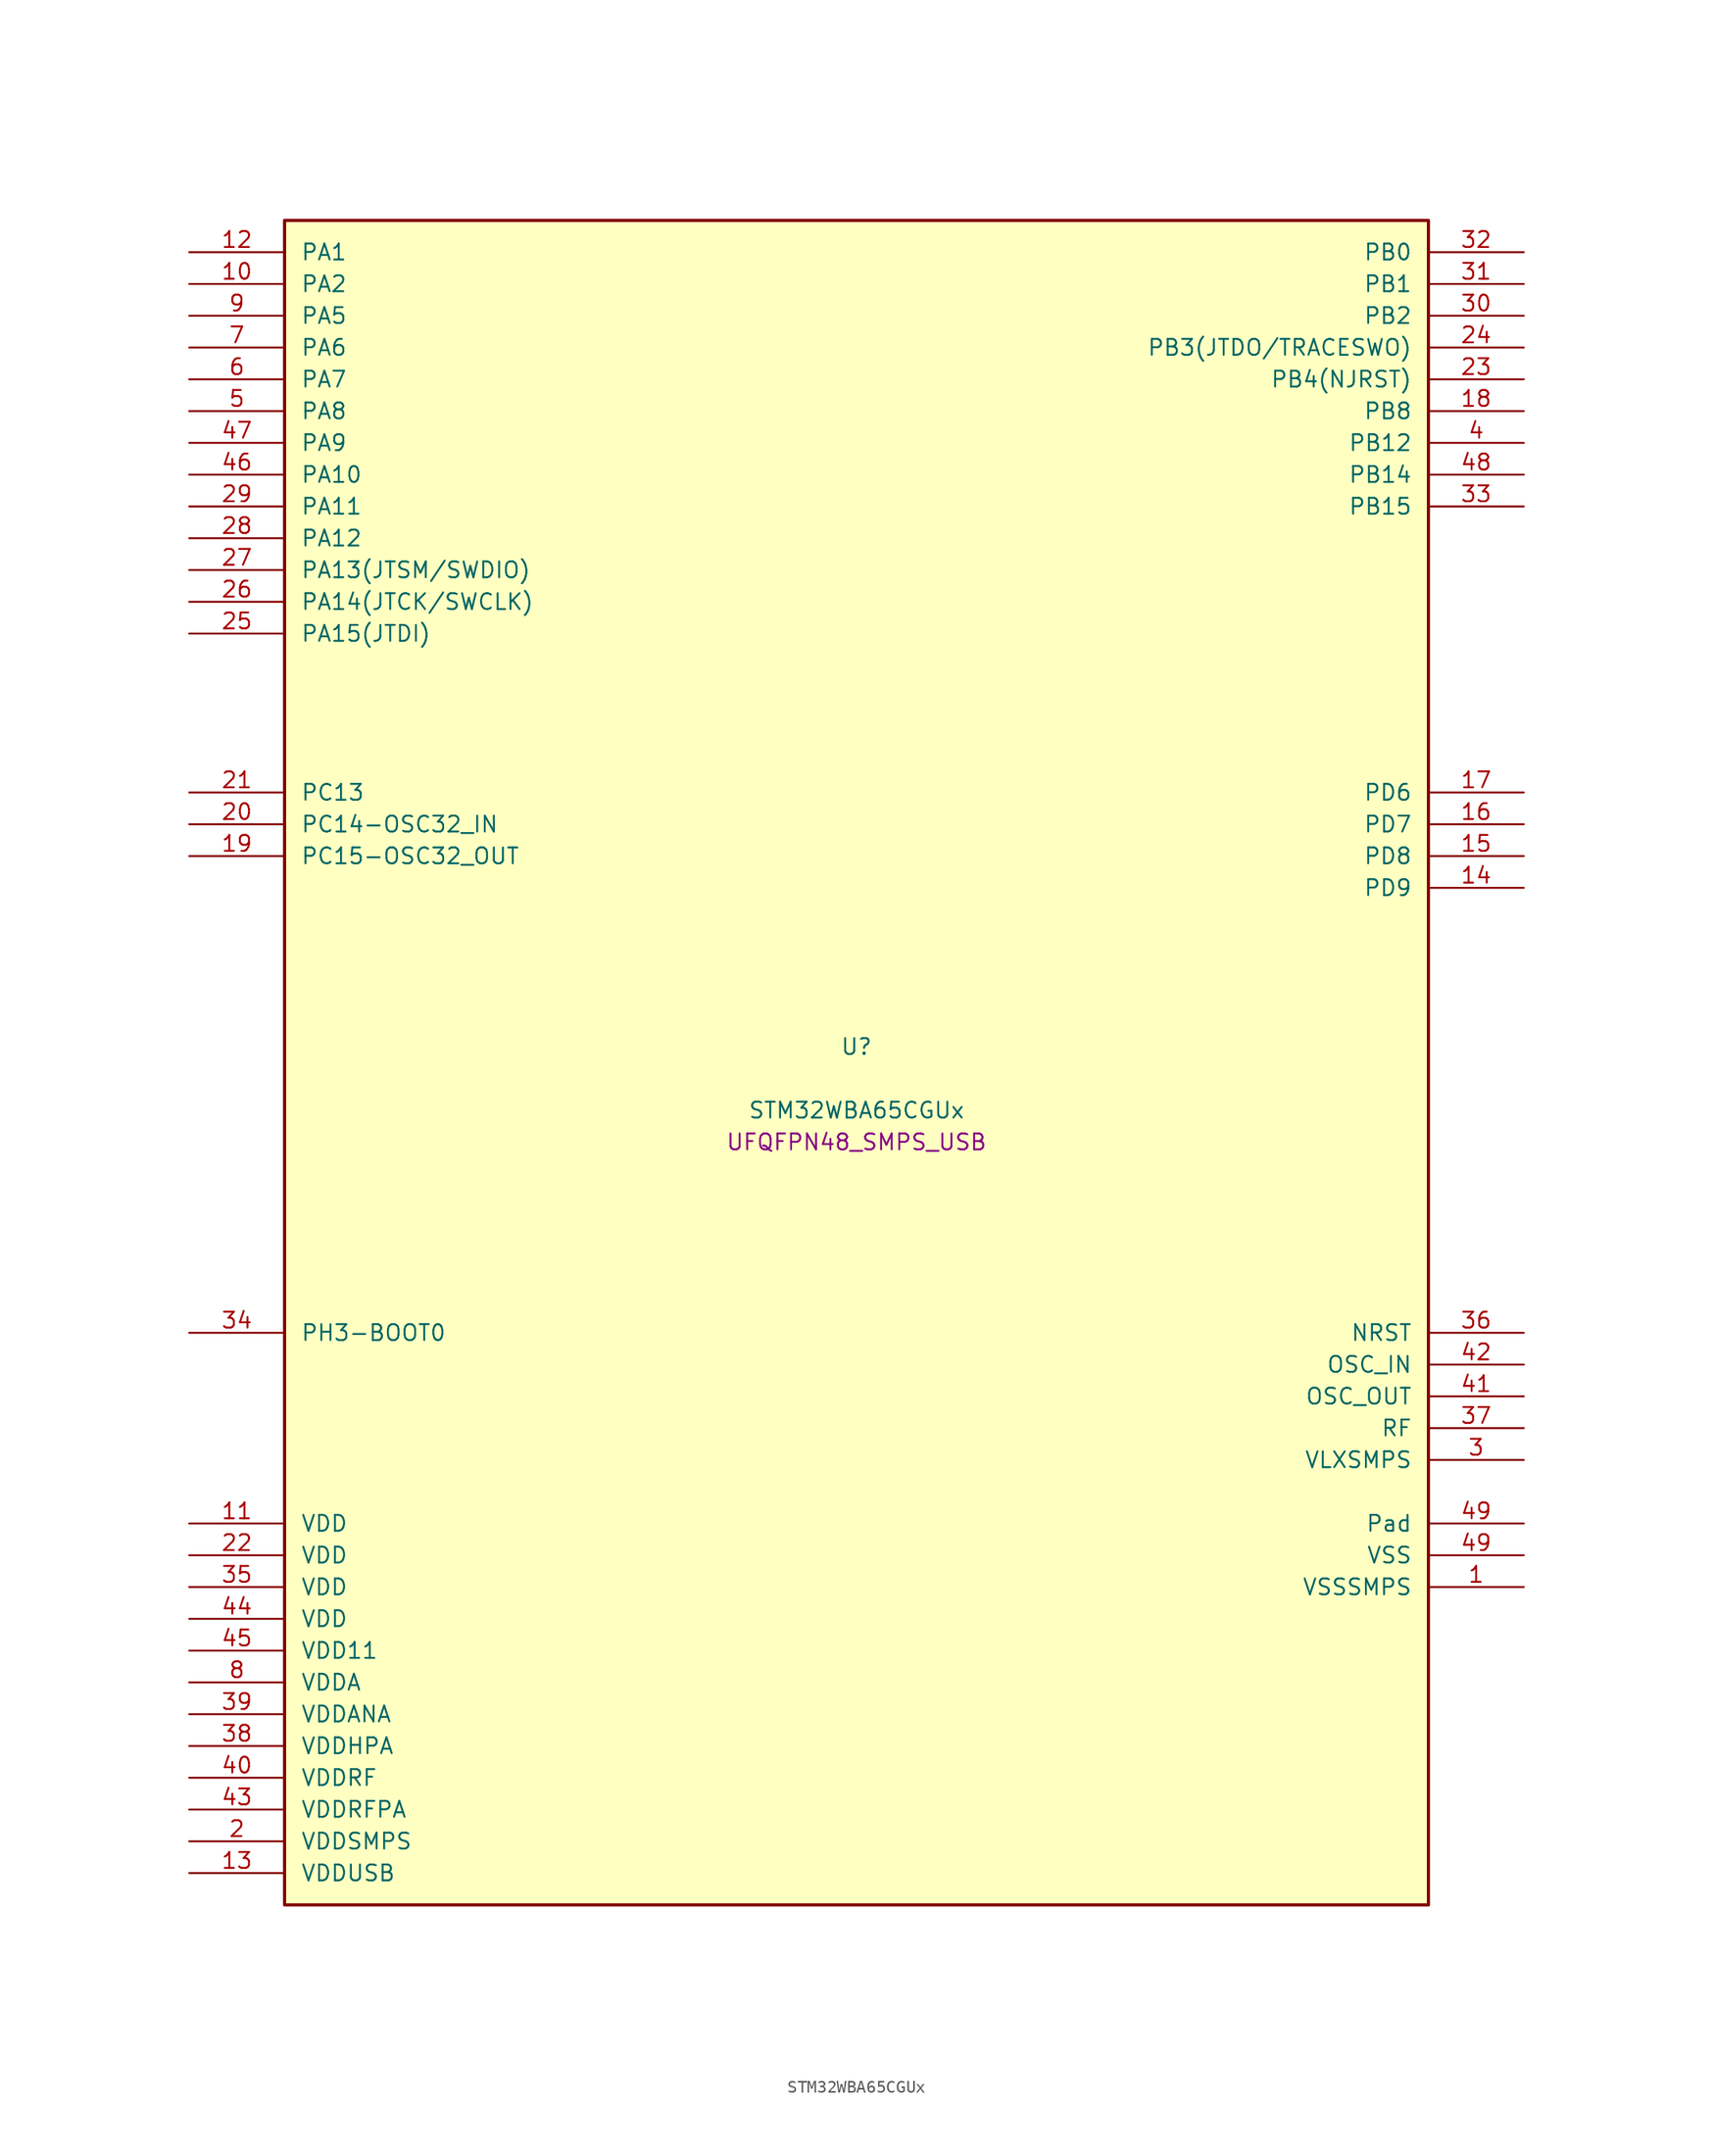
<source format=kicad_sym>
(kicad_symbol_lib
  (version 20241209)
  (generator "stm32_pkl_generator")
  (generator_version "1.0")
  (symbol "STM32WBA65CGUx"
    (pin_names
      (offset 1.27))
    (property "Reference" "U"
      (at 0 2.54 0))
    (property "Value" "STM32WBA65CGUx"
      (at 0 -2.54 0))
    (property "Footprint" "UFQFPN48_SMPS_USB"
      (at 0 -5.08 0))
    (symbol "STM32WBA65CGUx_1_1"
      (rectangle (start -45.72 68.58) (end 45.72 -66.04) (stroke (width 0.254) (type solid)) (fill (type background)))
      (pin bidirectional line (at -53.34 66.04 0) (length 7.62) (name "PA1") (number "12") (alternate "PA1/ADC4_IN8" bidirectional line) (alternate "PA1/COMP1_INM" bidirectional line) (alternate "PA1/LPTIM2_CH2" bidirectional line) (alternate "PA1/LPUART1_RX" bidirectional line) (alternate "PA1/PWR_WKUP3" bidirectional line) (alternate "PA1/SAI1_CK1" bidirectional line) (alternate "PA1/SPI1_RDY" bidirectional line) (alternate "PA1/SPI3_MISO" bidirectional line) (alternate "PA1/TIM17_CH1" bidirectional line) (alternate "PA1/TIM1_CH1N" bidirectional line) (alternate "PA1/TIM3_CH2" bidirectional line) (alternate "PA1/TSC_G2_IO1" bidirectional line) (alternate "PA1/USART1_CK" bidirectional line))
      (pin bidirectional line (at -53.34 63.5 0) (length 7.62) (name "PA2") (number "10") (alternate "PA2/ADC4_IN7" bidirectional line) (alternate "PA2/COMP1_INP" bidirectional line) (alternate "PA2/LPUART1_TX" bidirectional line) (alternate "PA2/PWR_WKUP4" bidirectional line) (alternate "PA2/RCC_LSCO" bidirectional line) (alternate "PA2/SAI1_D1" bidirectional line) (alternate "PA2/TIM16_CH1" bidirectional line) (alternate "PA2/TIM1_BKIN" bidirectional line) (alternate "PA2/TIM3_CH1" bidirectional line) (alternate "PA2/TSC_G4_IO4" bidirectional line) (alternate "PA2/USART1_DE" bidirectional line) (alternate "PA2/USART1_RTS" bidirectional line))
      (pin bidirectional line (at -53.34 60.96 0) (length 7.62) (name "PA5") (number "9") (alternate "PA5/ADC4_IN4" bidirectional line) (alternate "PA5/AUDIOCLK" bidirectional line) (alternate "PA5/LPTIM2_ETR" bidirectional line) (alternate "PA5/PWR_CSLEEP" bidirectional line) (alternate "PA5/PWR_WKUP6" bidirectional line) (alternate "PA5/SAI1_D2" bidirectional line) (alternate "PA5/SPI3_NSS" bidirectional line) (alternate "PA5/TIM2_CH1" bidirectional line) (alternate "PA5/TIM2_ETR" bidirectional line) (alternate "PA5/TSC_G1_IO4" bidirectional line) (alternate "PA5/USART1_CK" bidirectional line) (alternate "PA5/USART3_RX" bidirectional line))
      (pin bidirectional line (at -53.34 58.42 0) (length 7.62) (name "PA6") (number "7") (alternate "PA6/ADC4_IN3" bidirectional line) (alternate "PA6/I2C3_SCL" bidirectional line) (alternate "PA6/PWR_CSTOP" bidirectional line) (alternate "PA6/PWR_WKUP7" bidirectional line) (alternate "PA6/SAI1_CK2" bidirectional line) (alternate "PA6/SAI1_MCLK_A" bidirectional line) (alternate "PA6/SPI3_RDY" bidirectional line) (alternate "PA6/TIM2_CH4" bidirectional line) (alternate "PA6/TSC_G1_IO3" bidirectional line) (alternate "PA6/USART1_DE" bidirectional line) (alternate "PA6/USART1_RTS" bidirectional line) (alternate "PA6/USART3_CTS" bidirectional line))
      (pin bidirectional line (at -53.34 55.88 0) (length 7.62) (name "PA7") (number "6") (alternate "PA7/ADC4_IN2" bidirectional line) (alternate "PA7/COMP1_OUT" bidirectional line) (alternate "PA7/I2C3_SDA" bidirectional line) (alternate "PA7/PWR_WKUP8" bidirectional line) (alternate "PA7/SAI1_SCK_A" bidirectional line) (alternate "PA7/SPI3_SCK" bidirectional line) (alternate "PA7/TAMP_IN1" bidirectional line) (alternate "PA7/TAMP_OUT2" bidirectional line) (alternate "PA7/TIM2_CH3" bidirectional line) (alternate "PA7/TSC_G1_IO2" bidirectional line) (alternate "PA7/USART1_CTS" bidirectional line) (alternate "PA7/USART3_TX" bidirectional line))
      (pin bidirectional line (at -53.34 53.34 0) (length 7.62) (name "PA8") (number "5") (alternate "PA8/ADC4_IN1" bidirectional line) (alternate "PA8/LPTIM1_CH2" bidirectional line) (alternate "PA8/RCC_MCO" bidirectional line) (alternate "PA8/SAI1_FS_A" bidirectional line) (alternate "PA8/SPI3_RDY" bidirectional line) (alternate "PA8/TIM2_CH2" bidirectional line) (alternate "PA8/TSC_G1_IO1" bidirectional line) (alternate "PA8/USART1_RX" bidirectional line) (alternate "PA8/USB_OTG_HS_SOF" bidirectional line))
      (pin bidirectional line (at -53.34 50.8 0) (length 7.62) (name "PA9") (number "47") (alternate "PA9/LPUART1_DE" bidirectional line) (alternate "PA9/LPUART1_RTS" bidirectional line) (alternate "PA9/SAI1_CK1" bidirectional line) (alternate "PA9/TIM3_CH2" bidirectional line))
      (pin bidirectional line (at -53.34 48.26 0) (length 7.62) (name "PA10") (number "46") (alternate "PA10/LPUART1_RX" bidirectional line) (alternate "PA10/SAI1_D1" bidirectional line) (alternate "PA10/TIM3_CH1" bidirectional line))
      (pin bidirectional line (at -53.34 45.72 0) (length 7.62) (name "PA11") (number "29") (alternate "PA11/LPTIM2_CH1" bidirectional line) (alternate "PA11/RF_ANTSW1" bidirectional line) (alternate "PA11/TIM1_CH1" bidirectional line) (alternate "PA11/USART2_RX" bidirectional line))
      (pin bidirectional line (at -53.34 43.18 0) (length 7.62) (name "PA12") (number "28") (alternate "PA12/PTA_STATUS" bidirectional line) (alternate "PA12/PWR_WKUP6" bidirectional line) (alternate "PA12/RF_ANTSW0" bidirectional line) (alternate "PA12/SPI1_NSS" bidirectional line) (alternate "PA12/TIM1_CH2" bidirectional line) (alternate "PA12/TSC_G3_IO4" bidirectional line) (alternate "PA12/USART2_TX" bidirectional line))
      (pin bidirectional line (at -53.34 40.64 0) (length 7.62) (name "PA13(JTSM/SWDIO)") (number "27") (alternate "PA13(JTSM/SWDIO)/DEBUG_JTMS-SWDIO" bidirectional line) (alternate "PA13(JTSM/SWDIO)/PTA_PRIORITY" bidirectional line))
      (pin bidirectional line (at -53.34 38.1 0) (length 7.62) (name "PA14(JTCK/SWCLK)") (number "26") (alternate "PA14(JTCK/SWCLK)/DEBUG_JTCK-SWCLK" bidirectional line) (alternate "PA14(JTCK/SWCLK)/PTA_STATUS" bidirectional line) (alternate "PA14(JTCK/SWCLK)/TAMP_IN3" bidirectional line) (alternate "PA14(JTCK/SWCLK)/TAMP_OUT6" bidirectional line) (alternate "PA14(JTCK/SWCLK)/USART2_TX" bidirectional line) (alternate "PA14(JTCK/SWCLK)/USB_OTG_HS_SOF" bidirectional line))
      (pin bidirectional line (at -53.34 35.56 0) (length 7.62) (name "PA15(JTDI)") (number "25") (alternate "PA15(JTDI)/ADC4_EXTI15" bidirectional line) (alternate "PA15(JTDI)/DEBUG_JTDI" bidirectional line) (alternate "PA15(JTDI)/I2C1_SCL" bidirectional line) (alternate "PA15(JTDI)/LPTIM1_CH2" bidirectional line) (alternate "PA15(JTDI)/PTA_STATUS" bidirectional line) (alternate "PA15(JTDI)/SPI1_MOSI" bidirectional line) (alternate "PA15(JTDI)/TIM17_BKIN" bidirectional line) (alternate "PA15(JTDI)/TIM1_ETR" bidirectional line) (alternate "PA15(JTDI)/TSC_G3_IO3" bidirectional line) (alternate "PA15(JTDI)/USART2_DE" bidirectional line) (alternate "PA15(JTDI)/USART2_RTS" bidirectional line) (alternate "PA15(JTDI)/USART3_DE" bidirectional line) (alternate "PA15(JTDI)/USART3_RTS" bidirectional line))
      (pin bidirectional line (at 53.34 66.04 180) (length 7.62) (name "PB0") (number "32") (alternate "PB0/LPTIM2_IN2" bidirectional line) (alternate "PB0/TIM1_CH3N" bidirectional line) (alternate "PB0/USART2_TX" bidirectional line) (alternate "PB0/USART3_CK" bidirectional line))
      (pin bidirectional line (at 53.34 63.5 180) (length 7.62) (name "PB1") (number "31") (alternate "PB1/I2C1_SDA" bidirectional line) (alternate "PB1/I2C3_SDA" bidirectional line) (alternate "PB1/PWR_WKUP4" bidirectional line) (alternate "PB1/TIM1_CH2N" bidirectional line) (alternate "PB1/USART2_DE" bidirectional line) (alternate "PB1/USART2_RTS" bidirectional line) (alternate "PB1/USART3_DE" bidirectional line) (alternate "PB1/USART3_RTS" bidirectional line))
      (pin bidirectional line (at 53.34 60.96 180) (length 7.62) (name "PB2") (number "30") (alternate "PB2/I2C1_SCL" bidirectional line) (alternate "PB2/I2C3_SCL" bidirectional line) (alternate "PB2/PWR_WKUP1" bidirectional line) (alternate "PB2/RF_ANTSW2" bidirectional line) (alternate "PB2/RTC_OUT2" bidirectional line) (alternate "PB2/TIM1_CH1N" bidirectional line) (alternate "PB2/USART2_CTS" bidirectional line))
      (pin bidirectional line (at 53.34 58.42 180) (length 7.62) (name "PB3(JTDO/TRACESWO)") (number "24") (alternate "PB3(JTDO/TRACESWO)/DEBUG_JTDO-SWO" bidirectional line) (alternate "PB3(JTDO/TRACESWO)/I2C1_SDA" bidirectional line) (alternate "PB3(JTDO/TRACESWO)/LPTIM1_IN2" bidirectional line) (alternate "PB3(JTDO/TRACESWO)/PTA_ACTIVE" bidirectional line) (alternate "PB3(JTDO/TRACESWO)/SPI1_MISO" bidirectional line) (alternate "PB3(JTDO/TRACESWO)/TIM17_CH1N" bidirectional line) (alternate "PB3(JTDO/TRACESWO)/TIM1_CH4" bidirectional line) (alternate "PB3(JTDO/TRACESWO)/TSC_G3_IO2" bidirectional line) (alternate "PB3(JTDO/TRACESWO)/USART2_CK" bidirectional line))
      (pin bidirectional line (at 53.34 55.88 180) (length 7.62) (name "PB4(NJRST)") (number "23") (alternate "PB4(NJRST)/DEBUG_NJTRST" bidirectional line) (alternate "PB4(NJRST)/LPTIM2_IN2" bidirectional line) (alternate "PB4(NJRST)/PTA_ACTIVE" bidirectional line) (alternate "PB4(NJRST)/PTA_PRIORITY" bidirectional line) (alternate "PB4(NJRST)/SAI1_MCLK_B" bidirectional line) (alternate "PB4(NJRST)/SPI1_SCK" bidirectional line) (alternate "PB4(NJRST)/TIM17_CH1" bidirectional line) (alternate "PB4(NJRST)/TIM1_CH3" bidirectional line) (alternate "PB4(NJRST)/TSC_G3_IO1" bidirectional line) (alternate "PB4(NJRST)/USART2_RX" bidirectional line))
      (pin bidirectional line (at 53.34 53.34 180) (length 7.62) (name "PB8") (number "18") (alternate "PB8/COMP1_OUT" bidirectional line) (alternate "PB8/LPTIM1_ETR" bidirectional line) (alternate "PB8/PWR_PVD_IN" bidirectional line) (alternate "PB8/SPI3_MOSI" bidirectional line) (alternate "PB8/TIM16_CH1N" bidirectional line) (alternate "PB8/TIM1_CH1" bidirectional line) (alternate "PB8/TIM3_ETR" bidirectional line) (alternate "PB8/TIM4_CH3" bidirectional line) (alternate "PB8/TSC_G2_IO4" bidirectional line) (alternate "PB8/USART2_RX" bidirectional line))
      (pin bidirectional line (at 53.34 50.8 180) (length 7.62) (name "PB12") (number "4") (alternate "PB12/SAI1_SD_A" bidirectional line) (alternate "PB12/SPI1_RDY" bidirectional line) (alternate "PB12/TIM2_CH1" bidirectional line) (alternate "PB12/TIM2_ETR" bidirectional line) (alternate "PB12/TIM3_ETR" bidirectional line) (alternate "PB12/TSC_SYNC" bidirectional line) (alternate "PB12/USART1_TX" bidirectional line) (alternate "PB12/USART3_CK" bidirectional line))
      (pin bidirectional line (at 53.34 48.26 180) (length 7.62) (name "PB14") (number "48") (alternate "PB14/PWR_WKUP7" bidirectional line) (alternate "PB14/RTC_REFIN" bidirectional line) (alternate "PB14/SAI1_SD_A" bidirectional line) (alternate "PB14/TIM3_CH3" bidirectional line) (alternate "PB14/TSC_G6_IO1" bidirectional line) (alternate "PB14/USART1_TX" bidirectional line) (alternate "PB14/USART3_DE" bidirectional line) (alternate "PB14/USART3_RTS" bidirectional line))
      (pin bidirectional line (at 53.34 45.72 180) (length 7.62) (name "PB15") (number "33") (alternate "PB15/ADC4_EXTI15" bidirectional line) (alternate "PB15/I2C1_SMBA" bidirectional line) (alternate "PB15/I2C3_SMBA" bidirectional line) (alternate "PB15/LPUART1_CTS" bidirectional line) (alternate "PB15/PTA_GRANT" bidirectional line) (alternate "PB15/RF_EXTPABYP" bidirectional line) (alternate "PB15/TIM16_BKIN" bidirectional line) (alternate "PB15/TIM1_BKIN2" bidirectional line) (alternate "PB15/USART2_CTS" bidirectional line))
      (pin bidirectional line (at -53.34 22.86 0) (length 7.62) (name "PC13") (number "21") (alternate "PC13/PWR_WKUP2" bidirectional line) (alternate "PC13/RTC_OUT1" bidirectional line) (alternate "PC13/RTC_TS" bidirectional line) (alternate "PC13/TAMP_IN4" bidirectional line) (alternate "PC13/TAMP_OUT5" bidirectional line) (alternate "PC13/TIM1_BKIN2" bidirectional line) (alternate "PC13/TSC_G5_IO1" bidirectional line))
      (pin bidirectional line (at -53.34 20.32 0) (length 7.62) (name "PC14-OSC32_IN") (number "20") (alternate "PC14-OSC32_IN/RCC_OSC32_IN" bidirectional line))
      (pin bidirectional line (at -53.34 17.78 0) (length 7.62) (name "PC15-OSC32_OUT") (number "19") (alternate "PC15-OSC32_OUT/ADC4_EXTI15" bidirectional line) (alternate "PC15-OSC32_OUT/RCC_OSC32_OUT" bidirectional line))
      (pin bidirectional line (at 53.34 22.86 180) (length 7.62) (name "PD6") (number "17") (alternate "PD6/USB_OTG_HS_DP" bidirectional line))
      (pin bidirectional line (at 53.34 20.32 180) (length 7.62) (name "PD7") (number "16") (alternate "PD7/USB_OTG_HS_DM" bidirectional line))
      (pin bidirectional line (at 53.34 17.78 180) (length 7.62) (name "PD8") (number "15") (alternate "PD8/USART2_CK" bidirectional line) (alternate "PD8/USB_OTG_HS_ID" bidirectional line))
      (pin bidirectional line (at 53.34 15.24 180) (length 7.62) (name "PD9") (number "14") (alternate "PD9/USART2_TX" bidirectional line) (alternate "PD9/USART3_TX" bidirectional line) (alternate "PD9/USB_OTG_HS_VBUS" bidirectional line))
      (pin bidirectional line (at -53.34 -20.32 0) (length 7.62) (name "PH3-BOOT0") (number "34") (alternate "PH3-BOOT0/PTA_GRANT" bidirectional line) (alternate "PH3-BOOT0/RF_EXTPABYP" bidirectional line) (alternate "PH3-BOOT0/TAMP_IN2" bidirectional line) (alternate "PH3-BOOT0/TAMP_OUT1" bidirectional line))
      (pin input line (at 53.34 -20.32 180) (length 7.62) (name "NRST") (number "36"))
      (pin bidirectional line (at 53.34 -22.86 180) (length 7.62) (name "OSC_IN") (number "42") (alternate "OSC_IN/RCC_OSC_IN" bidirectional line))
      (pin bidirectional line (at 53.34 -25.4 180) (length 7.62) (name "OSC_OUT") (number "41") (alternate "OSC_OUT/RCC_OSC_OUT" bidirectional line))
      (pin bidirectional line (at 53.34 -27.94 180) (length 7.62) (name "RF") (number "37"))
      (pin power_in line (at 53.34 -30.48 180) (length 7.62) (name "VLXSMPS") (number "3"))
      (pin power_in line (at -53.34 -35.56 0) (length 7.62) (name "VDD") (number "11"))
      (pin power_in line (at -53.34 -38.1 0) (length 7.62) (name "VDD") (number "22"))
      (pin power_in line (at -53.34 -40.64 0) (length 7.62) (name "VDD") (number "35"))
      (pin power_in line (at -53.34 -43.18 0) (length 7.62) (name "VDD") (number "44"))
      (pin power_in line (at -53.34 -45.72 0) (length 7.62) (name "VDD11") (number "45"))
      (pin power_in line (at -53.34 -48.26 0) (length 7.62) (name "VDDA") (number "8"))
      (pin power_in line (at -53.34 -50.8 0) (length 7.62) (name "VDDANA") (number "39"))
      (pin power_in line (at -53.34 -53.34 0) (length 7.62) (name "VDDHPA") (number "38"))
      (pin power_in line (at -53.34 -55.88 0) (length 7.62) (name "VDDRF") (number "40"))
      (pin power_in line (at -53.34 -58.42 0) (length 7.62) (name "VDDRFPA") (number "43"))
      (pin power_in line (at -53.34 -60.96 0) (length 7.62) (name "VDDSMPS") (number "2"))
      (pin power_in line (at -53.34 -63.5 0) (length 7.62) (name "VDDUSB") (number "13"))
      (pin passive line (at 53.34 -35.56 180) (length 7.62) (name "Pad") (number "49"))
      (pin power_in line (at 53.34 -38.1 180) (length 7.62) (name "VSS") (number "49"))
      (pin power_in line (at 53.34 -40.64 180) (length 7.62) (name "VSSSMPS") (number "1")))))
</source>
